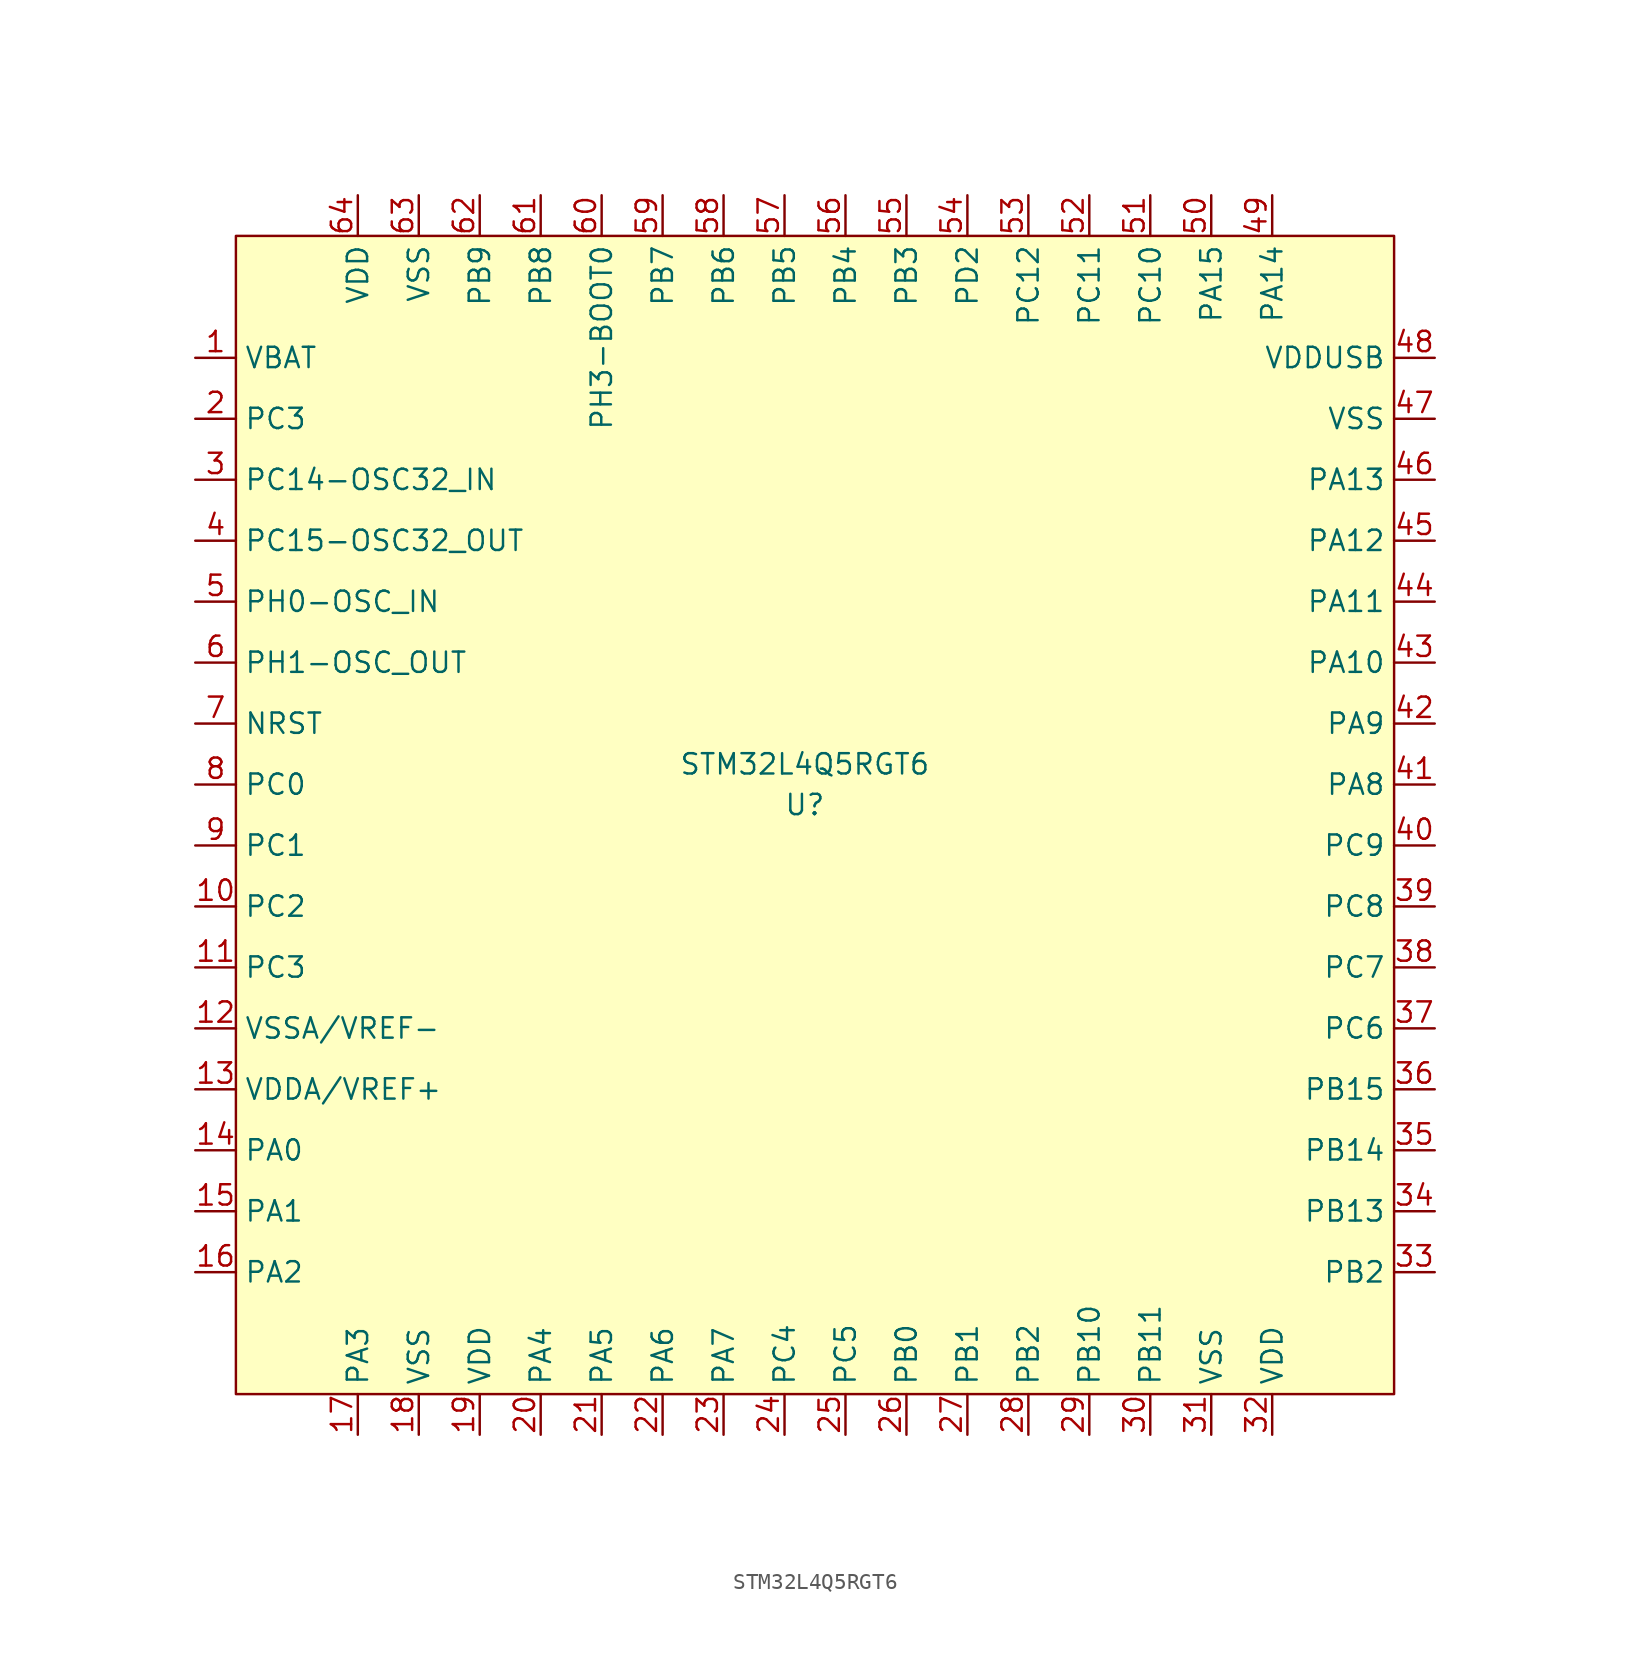
<source format=kicad_sym>
(kicad_symbol_lib
  (version 20211014)
  (generator kicad_symbol_editor)
  (symbol "STM32L4Q5RGT6"
    (property "Reference" "U"
      (at 0 0 0)
      (effects (font (size 1.27 1.27))))
    (property "Value" "STM32L4Q5RGT6"
      (at 0 2.54 0)
      (effects (font (size 1.27 1.27))))
    (symbol "STM32L4Q5RGT6_0_1"
      (rectangle (start -35.56 35.56) (end 36.83 -36.83) (stroke (width 0) (type default) (color 0 0 0 0)) (fill (type background))))
    (symbol "STM32L4Q5RGT6_1_1"
      (pin power_in line (at -38.1 27.94 0) (length 2.54) (name "VBAT" (effects (font (size 1.27 1.27)))) (number "1" (effects (font (size 1.27 1.27)))))
      (pin bidirectional line (at -38.1 -6.35 0) (length 2.54) (name "PC2" (effects (font (size 1.27 1.27)))) (number "10" (effects (font (size 1.27 1.27)))))
      (pin bidirectional line (at -38.1 -10.16 0) (length 2.54) (name "PC3" (effects (font (size 1.27 1.27)))) (number "11" (effects (font (size 1.27 1.27)))))
      (pin power_in line (at -38.1 -13.97 0) (length 2.54) (name "VSSA/VREF-" (effects (font (size 1.27 1.27)))) (number "12" (effects (font (size 1.27 1.27)))))
      (pin power_in line (at -38.1 -17.78 0) (length 2.54) (name "VDDA/VREF+" (effects (font (size 1.27 1.27)))) (number "13" (effects (font (size 1.27 1.27)))))
      (pin bidirectional line (at -38.1 -21.59 0) (length 2.54) (name "PA0" (effects (font (size 1.27 1.27)))) (number "14" (effects (font (size 1.27 1.27)))))
      (pin bidirectional line (at -38.1 -25.4 0) (length 2.54) (name "PA1" (effects (font (size 1.27 1.27)))) (number "15" (effects (font (size 1.27 1.27)))))
      (pin bidirectional line (at -38.1 -29.21 0) (length 2.54) (name "PA2" (effects (font (size 1.27 1.27)))) (number "16" (effects (font (size 1.27 1.27)))))
      (pin bidirectional line (at -27.94 -39.37 90) (length 2.54) (name "PA3" (effects (font (size 1.27 1.27)))) (number "17" (effects (font (size 1.27 1.27)))))
      (pin power_in line (at -24.13 -39.37 90) (length 2.54) (name "VSS" (effects (font (size 1.27 1.27)))) (number "18" (effects (font (size 1.27 1.27)))))
      (pin power_in line (at -20.32 -39.37 90) (length 2.54) (name "VDD" (effects (font (size 1.27 1.27)))) (number "19" (effects (font (size 1.27 1.27)))))
      (pin bidirectional line (at -38.1 24.13 0) (length 2.54) (name "PC3" (effects (font (size 1.27 1.27)))) (number "2" (effects (font (size 1.27 1.27)))))
      (pin bidirectional line (at -16.51 -39.37 90) (length 2.54) (name "PA4" (effects (font (size 1.27 1.27)))) (number "20" (effects (font (size 1.27 1.27)))))
      (pin bidirectional line (at -12.7 -39.37 90) (length 2.54) (name "PA5" (effects (font (size 1.27 1.27)))) (number "21" (effects (font (size 1.27 1.27)))))
      (pin bidirectional line (at -8.89 -39.37 90) (length 2.54) (name "PA6" (effects (font (size 1.27 1.27)))) (number "22" (effects (font (size 1.27 1.27)))))
      (pin bidirectional line (at -5.08 -39.37 90) (length 2.54) (name "PA7" (effects (font (size 1.27 1.27)))) (number "23" (effects (font (size 1.27 1.27)))))
      (pin bidirectional line (at -1.27 -39.37 90) (length 2.54) (name "PC4" (effects (font (size 1.27 1.27)))) (number "24" (effects (font (size 1.27 1.27)))))
      (pin bidirectional line (at 2.54 -39.37 90) (length 2.54) (name "PC5" (effects (font (size 1.27 1.27)))) (number "25" (effects (font (size 1.27 1.27)))))
      (pin bidirectional line (at 6.35 -39.37 90) (length 2.54) (name "PB0" (effects (font (size 1.27 1.27)))) (number "26" (effects (font (size 1.27 1.27)))))
      (pin bidirectional line (at 10.16 -39.37 90) (length 2.54) (name "PB1" (effects (font (size 1.27 1.27)))) (number "27" (effects (font (size 1.27 1.27)))))
      (pin bidirectional line (at 13.97 -39.37 90) (length 2.54) (name "PB2" (effects (font (size 1.27 1.27)))) (number "28" (effects (font (size 1.27 1.27)))))
      (pin bidirectional line (at 17.78 -39.37 90) (length 2.54) (name "PB10" (effects (font (size 1.27 1.27)))) (number "29" (effects (font (size 1.27 1.27)))))
      (pin bidirectional line (at -38.1 20.32 0) (length 2.54) (name "PC14-OSC32_IN" (effects (font (size 1.27 1.27)))) (number "3" (effects (font (size 1.27 1.27)))))
      (pin bidirectional line (at 21.59 -39.37 90) (length 2.54) (name "PB11" (effects (font (size 1.27 1.27)))) (number "30" (effects (font (size 1.27 1.27)))))
      (pin power_in line (at 25.4 -39.37 90) (length 2.54) (name "VSS" (effects (font (size 1.27 1.27)))) (number "31" (effects (font (size 1.27 1.27)))))
      (pin power_in line (at 29.21 -39.37 90) (length 2.54) (name "VDD" (effects (font (size 1.27 1.27)))) (number "32" (effects (font (size 1.27 1.27)))))
      (pin bidirectional line (at 39.37 -29.21 180) (length 2.54) (name "PB2" (effects (font (size 1.27 1.27)))) (number "33" (effects (font (size 1.27 1.27)))))
      (pin bidirectional line (at 39.37 -25.4 180) (length 2.54) (name "PB13" (effects (font (size 1.27 1.27)))) (number "34" (effects (font (size 1.27 1.27)))))
      (pin bidirectional line (at 39.37 -21.59 180) (length 2.54) (name "PB14" (effects (font (size 1.27 1.27)))) (number "35" (effects (font (size 1.27 1.27)))))
      (pin bidirectional line (at 39.37 -17.78 180) (length 2.54) (name "PB15" (effects (font (size 1.27 1.27)))) (number "36" (effects (font (size 1.27 1.27)))))
      (pin bidirectional line (at 39.37 -13.97 180) (length 2.54) (name "PC6" (effects (font (size 1.27 1.27)))) (number "37" (effects (font (size 1.27 1.27)))))
      (pin bidirectional line (at 39.37 -10.16 180) (length 2.54) (name "PC7" (effects (font (size 1.27 1.27)))) (number "38" (effects (font (size 1.27 1.27)))))
      (pin bidirectional line (at 39.37 -6.35 180) (length 2.54) (name "PC8" (effects (font (size 1.27 1.27)))) (number "39" (effects (font (size 1.27 1.27)))))
      (pin bidirectional line (at -38.1 16.51 0) (length 2.54) (name "PC15-OSC32_OUT" (effects (font (size 1.27 1.27)))) (number "4" (effects (font (size 1.27 1.27)))))
      (pin bidirectional line (at 39.37 -2.54 180) (length 2.54) (name "PC9" (effects (font (size 1.27 1.27)))) (number "40" (effects (font (size 1.27 1.27)))))
      (pin bidirectional line (at 39.37 1.27 180) (length 2.54) (name "PA8" (effects (font (size 1.27 1.27)))) (number "41" (effects (font (size 1.27 1.27)))))
      (pin bidirectional line (at 39.37 5.08 180) (length 2.54) (name "PA9" (effects (font (size 1.27 1.27)))) (number "42" (effects (font (size 1.27 1.27)))))
      (pin bidirectional line (at 39.37 8.89 180) (length 2.54) (name "PA10" (effects (font (size 1.27 1.27)))) (number "43" (effects (font (size 1.27 1.27)))))
      (pin bidirectional line (at 39.37 12.7 180) (length 2.54) (name "PA11" (effects (font (size 1.27 1.27)))) (number "44" (effects (font (size 1.27 1.27)))))
      (pin bidirectional line (at 39.37 16.51 180) (length 2.54) (name "PA12" (effects (font (size 1.27 1.27)))) (number "45" (effects (font (size 1.27 1.27)))))
      (pin bidirectional line (at 39.37 20.32 180) (length 2.54) (name "PA13" (effects (font (size 1.27 1.27)))) (number "46" (effects (font (size 1.27 1.27)))))
      (pin power_in line (at 39.37 24.13 180) (length 2.54) (name "VSS" (effects (font (size 1.27 1.27)))) (number "47" (effects (font (size 1.27 1.27)))))
      (pin power_in line (at 39.37 27.94 180) (length 2.54) (name "VDDUSB" (effects (font (size 1.27 1.27)))) (number "48" (effects (font (size 1.27 1.27)))))
      (pin bidirectional line (at 29.21 38.1 270) (length 2.54) (name "PA14" (effects (font (size 1.27 1.27)))) (number "49" (effects (font (size 1.27 1.27)))))
      (pin bidirectional line (at -38.1 12.7 0) (length 2.54) (name "PH0-OSC_IN" (effects (font (size 1.27 1.27)))) (number "5" (effects (font (size 1.27 1.27)))))
      (pin bidirectional line (at 25.4 38.1 270) (length 2.54) (name "PA15" (effects (font (size 1.27 1.27)))) (number "50" (effects (font (size 1.27 1.27)))))
      (pin bidirectional line (at 21.59 38.1 270) (length 2.54) (name "PC10" (effects (font (size 1.27 1.27)))) (number "51" (effects (font (size 1.27 1.27)))))
      (pin bidirectional line (at 17.78 38.1 270) (length 2.54) (name "PC11" (effects (font (size 1.27 1.27)))) (number "52" (effects (font (size 1.27 1.27)))))
      (pin bidirectional line (at 13.97 38.1 270) (length 2.54) (name "PC12" (effects (font (size 1.27 1.27)))) (number "53" (effects (font (size 1.27 1.27)))))
      (pin bidirectional line (at 10.16 38.1 270) (length 2.54) (name "PD2" (effects (font (size 1.27 1.27)))) (number "54" (effects (font (size 1.27 1.27)))))
      (pin bidirectional line (at 6.35 38.1 270) (length 2.54) (name "PB3" (effects (font (size 1.27 1.27)))) (number "55" (effects (font (size 1.27 1.27)))))
      (pin bidirectional line (at 2.54 38.1 270) (length 2.54) (name "PB4" (effects (font (size 1.27 1.27)))) (number "56" (effects (font (size 1.27 1.27)))))
      (pin bidirectional line (at -1.27 38.1 270) (length 2.54) (name "PB5" (effects (font (size 1.27 1.27)))) (number "57" (effects (font (size 1.27 1.27)))))
      (pin bidirectional line (at -5.08 38.1 270) (length 2.54) (name "PB6" (effects (font (size 1.27 1.27)))) (number "58" (effects (font (size 1.27 1.27)))))
      (pin bidirectional line (at -8.89 38.1 270) (length 2.54) (name "PB7" (effects (font (size 1.27 1.27)))) (number "59" (effects (font (size 1.27 1.27)))))
      (pin bidirectional line (at -38.1 8.89 0) (length 2.54) (name "PH1-OSC_OUT" (effects (font (size 1.27 1.27)))) (number "6" (effects (font (size 1.27 1.27)))))
      (pin bidirectional line (at -12.7 38.1 270) (length 2.54) (name "PH3-BOOT0" (effects (font (size 1.27 1.27)))) (number "60" (effects (font (size 1.27 1.27)))))
      (pin bidirectional line (at -16.51 38.1 270) (length 2.54) (name "PB8" (effects (font (size 1.27 1.27)))) (number "61" (effects (font (size 1.27 1.27)))))
      (pin bidirectional line (at -20.32 38.1 270) (length 2.54) (name "PB9" (effects (font (size 1.27 1.27)))) (number "62" (effects (font (size 1.27 1.27)))))
      (pin power_in line (at -24.13 38.1 270) (length 2.54) (name "VSS" (effects (font (size 1.27 1.27)))) (number "63" (effects (font (size 1.27 1.27)))))
      (pin power_in line (at -27.94 38.1 270) (length 2.54) (name "VDD" (effects (font (size 1.27 1.27)))) (number "64" (effects (font (size 1.27 1.27)))))
      (pin input line (at -38.1 5.08 0) (length 2.54) (name "NRST" (effects (font (size 1.27 1.27)))) (number "7" (effects (font (size 1.27 1.27)))))
      (pin bidirectional line (at -38.1 1.27 0) (length 2.54) (name "PC0" (effects (font (size 1.27 1.27)))) (number "8" (effects (font (size 1.27 1.27)))))
      (pin bidirectional line (at -38.1 -2.54 0) (length 2.54) (name "PC1" (effects (font (size 1.27 1.27)))) (number "9" (effects (font (size 1.27 1.27))))))))
</source>
